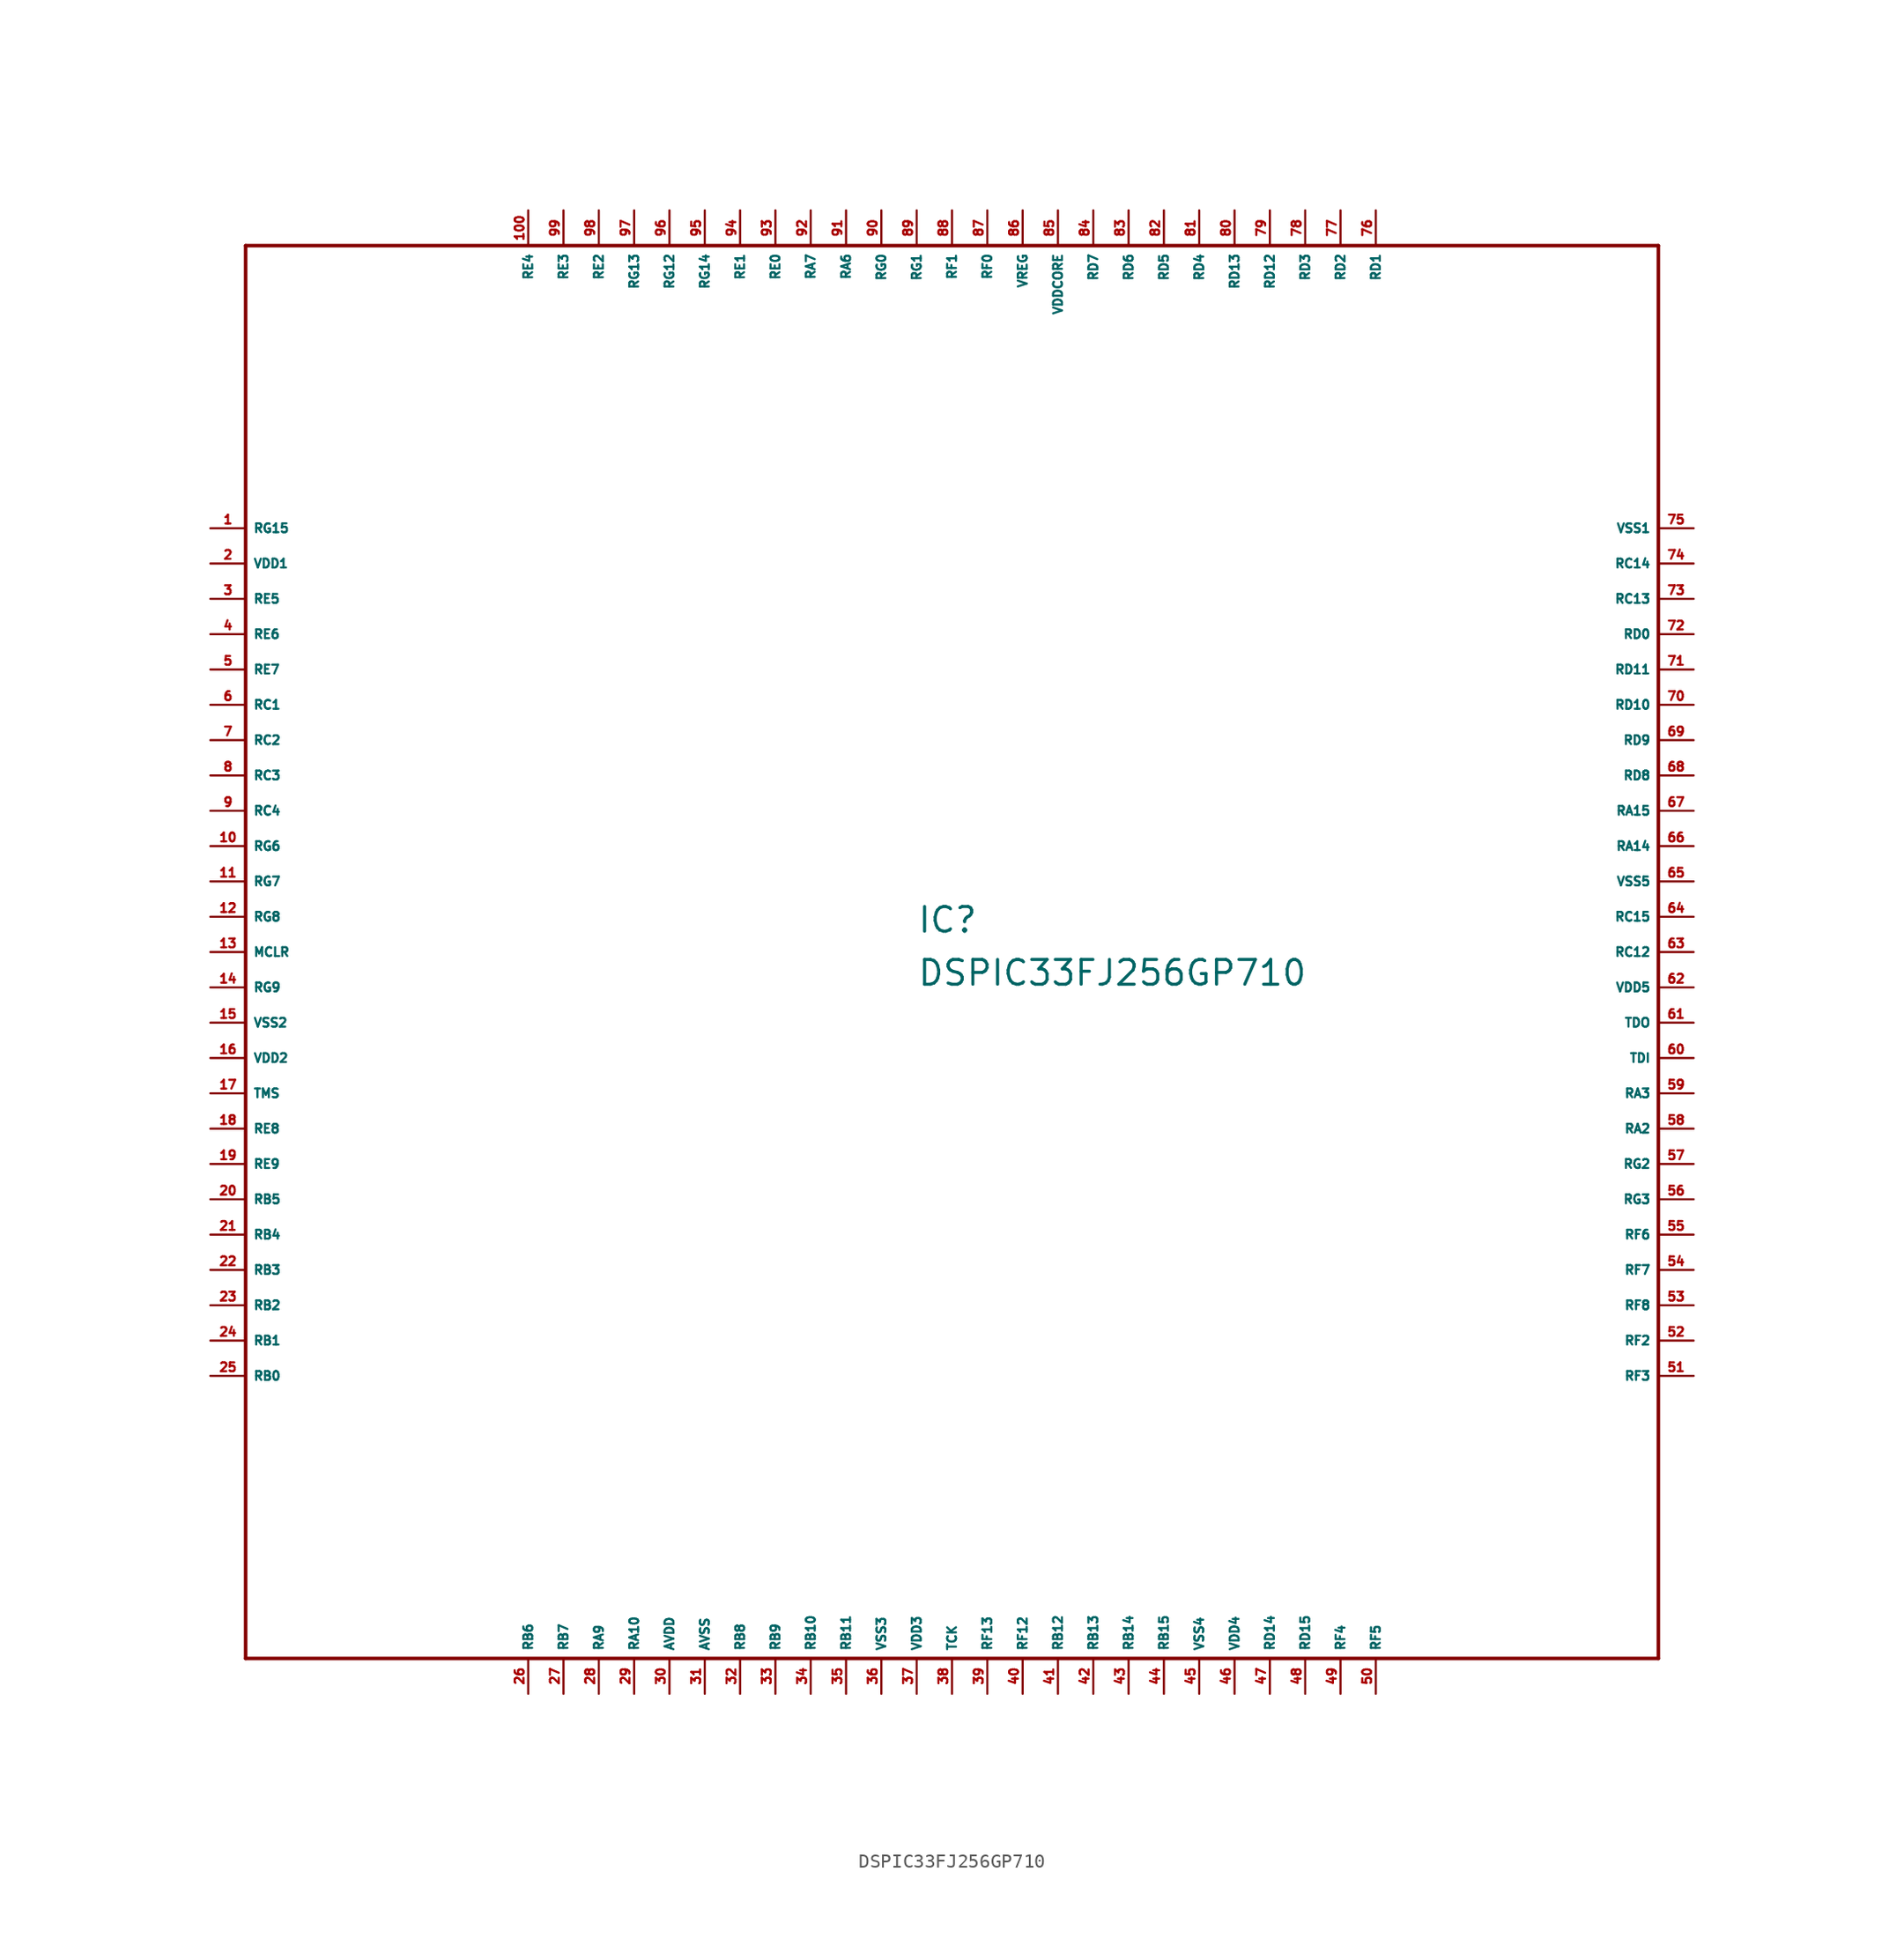
<source format=kicad_sym>
(kicad_symbol_lib
  (version 20220914)
  (generator Eagle2Kicad)
  (symbol "DSPIC33FJ256GP710"
    (property "Reference" "IC"
      (at -2.54 1.27 0)
      (effects (font (size 1.778 1.778) (thickness 0.22)) (justify left bottom)))
    (property "Value" "DSPIC33FJ256GP710"
      (at -2.54 -2.54 0)
      (effects (font (size 1.778 1.778) (thickness 0.22)) (justify left bottom)))
    (polyline
      (pts (xy -50.8 -50.8) (xy 50.8 -50.8))
      (stroke (width 0.254) (type default))
      (fill (type none)))
    (polyline
      (pts (xy 50.8 -50.8) (xy 50.8 50.8))
      (stroke (width 0.254) (type default))
      (fill (type none)))
    (polyline
      (pts (xy 50.8 50.8) (xy -50.8 50.8))
      (stroke (width 0.254) (type default))
      (fill (type none)))
    (polyline
      (pts (xy -50.8 50.8) (xy -50.8 -50.8))
      (stroke (width 0.254) (type default))
      (fill (type none)))
    (pin bidirectional line
      (at -53.34 30.48 0)
      (length 2.54)
      (name "RG15" (effects (font (size 0.635 0.635) (thickness 0.08)) (justify left bottom)))
      (number "1" (effects (font (size 0.635 0.635) (thickness 0.08)) (justify left bottom))))
    (pin unspecified line
      (at -53.34 27.94 0)
      (length 2.54)
      (name "VDD1" (effects (font (size 0.635 0.635) (thickness 0.08)) (justify left bottom)))
      (number "2" (effects (font (size 0.635 0.635) (thickness 0.08)) (justify left bottom))))
    (pin bidirectional line
      (at -53.34 25.4 0)
      (length 2.54)
      (name "RE5" (effects (font (size 0.635 0.635) (thickness 0.08)) (justify left bottom)))
      (number "3" (effects (font (size 0.635 0.635) (thickness 0.08)) (justify left bottom))))
    (pin bidirectional line
      (at -53.34 22.86 0)
      (length 2.54)
      (name "RE6" (effects (font (size 0.635 0.635) (thickness 0.08)) (justify left bottom)))
      (number "4" (effects (font (size 0.635 0.635) (thickness 0.08)) (justify left bottom))))
    (pin bidirectional line
      (at -53.34 20.32 0)
      (length 2.54)
      (name "RE7" (effects (font (size 0.635 0.635) (thickness 0.08)) (justify left bottom)))
      (number "5" (effects (font (size 0.635 0.635) (thickness 0.08)) (justify left bottom))))
    (pin bidirectional line
      (at -53.34 17.78 0)
      (length 2.54)
      (name "RC1" (effects (font (size 0.635 0.635) (thickness 0.08)) (justify left bottom)))
      (number "6" (effects (font (size 0.635 0.635) (thickness 0.08)) (justify left bottom))))
    (pin bidirectional line
      (at -53.34 15.24 0)
      (length 2.54)
      (name "RC2" (effects (font (size 0.635 0.635) (thickness 0.08)) (justify left bottom)))
      (number "7" (effects (font (size 0.635 0.635) (thickness 0.08)) (justify left bottom))))
    (pin bidirectional line
      (at -53.34 12.7 0)
      (length 2.54)
      (name "RC3" (effects (font (size 0.635 0.635) (thickness 0.08)) (justify left bottom)))
      (number "8" (effects (font (size 0.635 0.635) (thickness 0.08)) (justify left bottom))))
    (pin bidirectional line
      (at -53.34 10.16 0)
      (length 2.54)
      (name "RC4" (effects (font (size 0.635 0.635) (thickness 0.08)) (justify left bottom)))
      (number "9" (effects (font (size 0.635 0.635) (thickness 0.08)) (justify left bottom))))
    (pin bidirectional line
      (at -53.34 7.62 0)
      (length 2.54)
      (name "RG6" (effects (font (size 0.635 0.635) (thickness 0.08)) (justify left bottom)))
      (number "10" (effects (font (size 0.635 0.635) (thickness 0.08)) (justify left bottom))))
    (pin bidirectional line
      (at -53.34 5.08 0)
      (length 2.54)
      (name "RG7" (effects (font (size 0.635 0.635) (thickness 0.08)) (justify left bottom)))
      (number "11" (effects (font (size 0.635 0.635) (thickness 0.08)) (justify left bottom))))
    (pin bidirectional line
      (at -53.34 2.54 0)
      (length 2.54)
      (name "RG8" (effects (font (size 0.635 0.635) (thickness 0.08)) (justify left bottom)))
      (number "12" (effects (font (size 0.635 0.635) (thickness 0.08)) (justify left bottom))))
    (pin bidirectional line
      (at -53.34 0 0)
      (length 2.54)
      (name "MCLR" (effects (font (size 0.635 0.635) (thickness 0.08)) (justify left bottom)))
      (number "13" (effects (font (size 0.635 0.635) (thickness 0.08)) (justify left bottom))))
    (pin bidirectional line
      (at -53.34 -2.54 0)
      (length 2.54)
      (name "RG9" (effects (font (size 0.635 0.635) (thickness 0.08)) (justify left bottom)))
      (number "14" (effects (font (size 0.635 0.635) (thickness 0.08)) (justify left bottom))))
    (pin unspecified line
      (at -53.34 -5.08 0)
      (length 2.54)
      (name "VSS2" (effects (font (size 0.635 0.635) (thickness 0.08)) (justify left bottom)))
      (number "15" (effects (font (size 0.635 0.635) (thickness 0.08)) (justify left bottom))))
    (pin unspecified line
      (at -53.34 -7.62 0)
      (length 2.54)
      (name "VDD2" (effects (font (size 0.635 0.635) (thickness 0.08)) (justify left bottom)))
      (number "16" (effects (font (size 0.635 0.635) (thickness 0.08)) (justify left bottom))))
    (pin input line
      (at -53.34 -10.16 0)
      (length 2.54)
      (name "TMS" (effects (font (size 0.635 0.635) (thickness 0.08)) (justify left bottom)))
      (number "17" (effects (font (size 0.635 0.635) (thickness 0.08)) (justify left bottom))))
    (pin bidirectional line
      (at -53.34 -12.7 0)
      (length 2.54)
      (name "RE8" (effects (font (size 0.635 0.635) (thickness 0.08)) (justify left bottom)))
      (number "18" (effects (font (size 0.635 0.635) (thickness 0.08)) (justify left bottom))))
    (pin bidirectional line
      (at -53.34 -15.24 0)
      (length 2.54)
      (name "RE9" (effects (font (size 0.635 0.635) (thickness 0.08)) (justify left bottom)))
      (number "19" (effects (font (size 0.635 0.635) (thickness 0.08)) (justify left bottom))))
    (pin bidirectional line
      (at -53.34 -17.78 0)
      (length 2.54)
      (name "RB5" (effects (font (size 0.635 0.635) (thickness 0.08)) (justify left bottom)))
      (number "20" (effects (font (size 0.635 0.635) (thickness 0.08)) (justify left bottom))))
    (pin bidirectional line
      (at -53.34 -20.32 0)
      (length 2.54)
      (name "RB4" (effects (font (size 0.635 0.635) (thickness 0.08)) (justify left bottom)))
      (number "21" (effects (font (size 0.635 0.635) (thickness 0.08)) (justify left bottom))))
    (pin bidirectional line
      (at -53.34 -22.86 0)
      (length 2.54)
      (name "RB3" (effects (font (size 0.635 0.635) (thickness 0.08)) (justify left bottom)))
      (number "22" (effects (font (size 0.635 0.635) (thickness 0.08)) (justify left bottom))))
    (pin bidirectional line
      (at -53.34 -25.4 0)
      (length 2.54)
      (name "RB2" (effects (font (size 0.635 0.635) (thickness 0.08)) (justify left bottom)))
      (number "23" (effects (font (size 0.635 0.635) (thickness 0.08)) (justify left bottom))))
    (pin bidirectional line
      (at -53.34 -27.94 0)
      (length 2.54)
      (name "RB1" (effects (font (size 0.635 0.635) (thickness 0.08)) (justify left bottom)))
      (number "24" (effects (font (size 0.635 0.635) (thickness 0.08)) (justify left bottom))))
    (pin bidirectional line
      (at -53.34 -30.48 0)
      (length 2.54)
      (name "RB0" (effects (font (size 0.635 0.635) (thickness 0.08)) (justify left bottom)))
      (number "25" (effects (font (size 0.635 0.635) (thickness 0.08)) (justify left bottom))))
    (pin bidirectional line
      (at -30.48 -53.34 90)
      (length 2.54)
      (name "RB6" (effects (font (size 0.635 0.635) (thickness 0.08)) (justify left bottom)))
      (number "26" (effects (font (size 0.635 0.635) (thickness 0.08)) (justify left bottom))))
    (pin bidirectional line
      (at -27.94 -53.34 90)
      (length 2.54)
      (name "RB7" (effects (font (size 0.635 0.635) (thickness 0.08)) (justify left bottom)))
      (number "27" (effects (font (size 0.635 0.635) (thickness 0.08)) (justify left bottom))))
    (pin bidirectional line
      (at -25.4 -53.34 90)
      (length 2.54)
      (name "RA9" (effects (font (size 0.635 0.635) (thickness 0.08)) (justify left bottom)))
      (number "28" (effects (font (size 0.635 0.635) (thickness 0.08)) (justify left bottom))))
    (pin bidirectional line
      (at -22.86 -53.34 90)
      (length 2.54)
      (name "RA10" (effects (font (size 0.635 0.635) (thickness 0.08)) (justify left bottom)))
      (number "29" (effects (font (size 0.635 0.635) (thickness 0.08)) (justify left bottom))))
    (pin unspecified line
      (at -20.32 -53.34 90)
      (length 2.54)
      (name "AVDD" (effects (font (size 0.635 0.635) (thickness 0.08)) (justify left bottom)))
      (number "30" (effects (font (size 0.635 0.635) (thickness 0.08)) (justify left bottom))))
    (pin unspecified line
      (at -17.78 -53.34 90)
      (length 2.54)
      (name "AVSS" (effects (font (size 0.635 0.635) (thickness 0.08)) (justify left bottom)))
      (number "31" (effects (font (size 0.635 0.635) (thickness 0.08)) (justify left bottom))))
    (pin bidirectional line
      (at -15.24 -53.34 90)
      (length 2.54)
      (name "RB8" (effects (font (size 0.635 0.635) (thickness 0.08)) (justify left bottom)))
      (number "32" (effects (font (size 0.635 0.635) (thickness 0.08)) (justify left bottom))))
    (pin bidirectional line
      (at -12.7 -53.34 90)
      (length 2.54)
      (name "RB9" (effects (font (size 0.635 0.635) (thickness 0.08)) (justify left bottom)))
      (number "33" (effects (font (size 0.635 0.635) (thickness 0.08)) (justify left bottom))))
    (pin bidirectional line
      (at -10.16 -53.34 90)
      (length 2.54)
      (name "RB10" (effects (font (size 0.635 0.635) (thickness 0.08)) (justify left bottom)))
      (number "34" (effects (font (size 0.635 0.635) (thickness 0.08)) (justify left bottom))))
    (pin bidirectional line
      (at -7.62 -53.34 90)
      (length 2.54)
      (name "RB11" (effects (font (size 0.635 0.635) (thickness 0.08)) (justify left bottom)))
      (number "35" (effects (font (size 0.635 0.635) (thickness 0.08)) (justify left bottom))))
    (pin unspecified line
      (at -5.08 -53.34 90)
      (length 2.54)
      (name "VSS3" (effects (font (size 0.635 0.635) (thickness 0.08)) (justify left bottom)))
      (number "36" (effects (font (size 0.635 0.635) (thickness 0.08)) (justify left bottom))))
    (pin unspecified line
      (at -2.54 -53.34 90)
      (length 2.54)
      (name "VDD3" (effects (font (size 0.635 0.635) (thickness 0.08)) (justify left bottom)))
      (number "37" (effects (font (size 0.635 0.635) (thickness 0.08)) (justify left bottom))))
    (pin input line
      (at 0 -53.34 90)
      (length 2.54)
      (name "TCK" (effects (font (size 0.635 0.635) (thickness 0.08)) (justify left bottom)))
      (number "38" (effects (font (size 0.635 0.635) (thickness 0.08)) (justify left bottom))))
    (pin bidirectional line
      (at 2.54 -53.34 90)
      (length 2.54)
      (name "RF13" (effects (font (size 0.635 0.635) (thickness 0.08)) (justify left bottom)))
      (number "39" (effects (font (size 0.635 0.635) (thickness 0.08)) (justify left bottom))))
    (pin bidirectional line
      (at 5.08 -53.34 90)
      (length 2.54)
      (name "RF12" (effects (font (size 0.635 0.635) (thickness 0.08)) (justify left bottom)))
      (number "40" (effects (font (size 0.635 0.635) (thickness 0.08)) (justify left bottom))))
    (pin bidirectional line
      (at 7.62 -53.34 90)
      (length 2.54)
      (name "RB12" (effects (font (size 0.635 0.635) (thickness 0.08)) (justify left bottom)))
      (number "41" (effects (font (size 0.635 0.635) (thickness 0.08)) (justify left bottom))))
    (pin bidirectional line
      (at 10.16 -53.34 90)
      (length 2.54)
      (name "RB13" (effects (font (size 0.635 0.635) (thickness 0.08)) (justify left bottom)))
      (number "42" (effects (font (size 0.635 0.635) (thickness 0.08)) (justify left bottom))))
    (pin bidirectional line
      (at 12.7 -53.34 90)
      (length 2.54)
      (name "RB14" (effects (font (size 0.635 0.635) (thickness 0.08)) (justify left bottom)))
      (number "43" (effects (font (size 0.635 0.635) (thickness 0.08)) (justify left bottom))))
    (pin bidirectional line
      (at 15.24 -53.34 90)
      (length 2.54)
      (name "RB15" (effects (font (size 0.635 0.635) (thickness 0.08)) (justify left bottom)))
      (number "44" (effects (font (size 0.635 0.635) (thickness 0.08)) (justify left bottom))))
    (pin unspecified line
      (at 17.78 -53.34 90)
      (length 2.54)
      (name "VSS4" (effects (font (size 0.635 0.635) (thickness 0.08)) (justify left bottom)))
      (number "45" (effects (font (size 0.635 0.635) (thickness 0.08)) (justify left bottom))))
    (pin unspecified line
      (at 20.32 -53.34 90)
      (length 2.54)
      (name "VDD4" (effects (font (size 0.635 0.635) (thickness 0.08)) (justify left bottom)))
      (number "46" (effects (font (size 0.635 0.635) (thickness 0.08)) (justify left bottom))))
    (pin bidirectional line
      (at 22.86 -53.34 90)
      (length 2.54)
      (name "RD14" (effects (font (size 0.635 0.635) (thickness 0.08)) (justify left bottom)))
      (number "47" (effects (font (size 0.635 0.635) (thickness 0.08)) (justify left bottom))))
    (pin bidirectional line
      (at 25.4 -53.34 90)
      (length 2.54)
      (name "RD15" (effects (font (size 0.635 0.635) (thickness 0.08)) (justify left bottom)))
      (number "48" (effects (font (size 0.635 0.635) (thickness 0.08)) (justify left bottom))))
    (pin bidirectional line
      (at 27.94 -53.34 90)
      (length 2.54)
      (name "RF4" (effects (font (size 0.635 0.635) (thickness 0.08)) (justify left bottom)))
      (number "49" (effects (font (size 0.635 0.635) (thickness 0.08)) (justify left bottom))))
    (pin bidirectional line
      (at 30.48 -53.34 90)
      (length 2.54)
      (name "RF5" (effects (font (size 0.635 0.635) (thickness 0.08)) (justify left bottom)))
      (number "50" (effects (font (size 0.635 0.635) (thickness 0.08)) (justify left bottom))))
    (pin bidirectional line
      (at 53.34 -30.48 180)
      (length 2.54)
      (name "RF3" (effects (font (size 0.635 0.635) (thickness 0.08)) (justify left bottom)))
      (number "51" (effects (font (size 0.635 0.635) (thickness 0.08)) (justify left bottom))))
    (pin bidirectional line
      (at 53.34 -27.94 180)
      (length 2.54)
      (name "RF2" (effects (font (size 0.635 0.635) (thickness 0.08)) (justify left bottom)))
      (number "52" (effects (font (size 0.635 0.635) (thickness 0.08)) (justify left bottom))))
    (pin bidirectional line
      (at 53.34 -25.4 180)
      (length 2.54)
      (name "RF8" (effects (font (size 0.635 0.635) (thickness 0.08)) (justify left bottom)))
      (number "53" (effects (font (size 0.635 0.635) (thickness 0.08)) (justify left bottom))))
    (pin bidirectional line
      (at 53.34 -22.86 180)
      (length 2.54)
      (name "RF7" (effects (font (size 0.635 0.635) (thickness 0.08)) (justify left bottom)))
      (number "54" (effects (font (size 0.635 0.635) (thickness 0.08)) (justify left bottom))))
    (pin bidirectional line
      (at 53.34 -20.32 180)
      (length 2.54)
      (name "RF6" (effects (font (size 0.635 0.635) (thickness 0.08)) (justify left bottom)))
      (number "55" (effects (font (size 0.635 0.635) (thickness 0.08)) (justify left bottom))))
    (pin bidirectional line
      (at 53.34 -17.78 180)
      (length 2.54)
      (name "RG3" (effects (font (size 0.635 0.635) (thickness 0.08)) (justify left bottom)))
      (number "56" (effects (font (size 0.635 0.635) (thickness 0.08)) (justify left bottom))))
    (pin bidirectional line
      (at 53.34 -15.24 180)
      (length 2.54)
      (name "RG2" (effects (font (size 0.635 0.635) (thickness 0.08)) (justify left bottom)))
      (number "57" (effects (font (size 0.635 0.635) (thickness 0.08)) (justify left bottom))))
    (pin bidirectional line
      (at 53.34 -12.7 180)
      (length 2.54)
      (name "RA2" (effects (font (size 0.635 0.635) (thickness 0.08)) (justify left bottom)))
      (number "58" (effects (font (size 0.635 0.635) (thickness 0.08)) (justify left bottom))))
    (pin bidirectional line
      (at 53.34 -10.16 180)
      (length 2.54)
      (name "RA3" (effects (font (size 0.635 0.635) (thickness 0.08)) (justify left bottom)))
      (number "59" (effects (font (size 0.635 0.635) (thickness 0.08)) (justify left bottom))))
    (pin input line
      (at 53.34 -7.62 180)
      (length 2.54)
      (name "TDI" (effects (font (size 0.635 0.635) (thickness 0.08)) (justify left bottom)))
      (number "60" (effects (font (size 0.635 0.635) (thickness 0.08)) (justify left bottom))))
    (pin output line
      (at 53.34 -5.08 180)
      (length 2.54)
      (name "TDO" (effects (font (size 0.635 0.635) (thickness 0.08)) (justify left bottom)))
      (number "61" (effects (font (size 0.635 0.635) (thickness 0.08)) (justify left bottom))))
    (pin unspecified line
      (at 53.34 -2.54 180)
      (length 2.54)
      (name "VDD5" (effects (font (size 0.635 0.635) (thickness 0.08)) (justify left bottom)))
      (number "62" (effects (font (size 0.635 0.635) (thickness 0.08)) (justify left bottom))))
    (pin bidirectional line
      (at 53.34 0 180)
      (length 2.54)
      (name "RC12" (effects (font (size 0.635 0.635) (thickness 0.08)) (justify left bottom)))
      (number "63" (effects (font (size 0.635 0.635) (thickness 0.08)) (justify left bottom))))
    (pin bidirectional line
      (at 53.34 2.54 180)
      (length 2.54)
      (name "RC15" (effects (font (size 0.635 0.635) (thickness 0.08)) (justify left bottom)))
      (number "64" (effects (font (size 0.635 0.635) (thickness 0.08)) (justify left bottom))))
    (pin unspecified line
      (at 53.34 5.08 180)
      (length 2.54)
      (name "VSS5" (effects (font (size 0.635 0.635) (thickness 0.08)) (justify left bottom)))
      (number "65" (effects (font (size 0.635 0.635) (thickness 0.08)) (justify left bottom))))
    (pin bidirectional line
      (at 53.34 7.62 180)
      (length 2.54)
      (name "RA14" (effects (font (size 0.635 0.635) (thickness 0.08)) (justify left bottom)))
      (number "66" (effects (font (size 0.635 0.635) (thickness 0.08)) (justify left bottom))))
    (pin bidirectional line
      (at 53.34 10.16 180)
      (length 2.54)
      (name "RA15" (effects (font (size 0.635 0.635) (thickness 0.08)) (justify left bottom)))
      (number "67" (effects (font (size 0.635 0.635) (thickness 0.08)) (justify left bottom))))
    (pin bidirectional line
      (at 53.34 12.7 180)
      (length 2.54)
      (name "RD8" (effects (font (size 0.635 0.635) (thickness 0.08)) (justify left bottom)))
      (number "68" (effects (font (size 0.635 0.635) (thickness 0.08)) (justify left bottom))))
    (pin bidirectional line
      (at 53.34 15.24 180)
      (length 2.54)
      (name "RD9" (effects (font (size 0.635 0.635) (thickness 0.08)) (justify left bottom)))
      (number "69" (effects (font (size 0.635 0.635) (thickness 0.08)) (justify left bottom))))
    (pin bidirectional line
      (at 53.34 17.78 180)
      (length 2.54)
      (name "RD10" (effects (font (size 0.635 0.635) (thickness 0.08)) (justify left bottom)))
      (number "70" (effects (font (size 0.635 0.635) (thickness 0.08)) (justify left bottom))))
    (pin bidirectional line
      (at 53.34 20.32 180)
      (length 2.54)
      (name "RD11" (effects (font (size 0.635 0.635) (thickness 0.08)) (justify left bottom)))
      (number "71" (effects (font (size 0.635 0.635) (thickness 0.08)) (justify left bottom))))
    (pin bidirectional line
      (at 53.34 22.86 180)
      (length 2.54)
      (name "RD0" (effects (font (size 0.635 0.635) (thickness 0.08)) (justify left bottom)))
      (number "72" (effects (font (size 0.635 0.635) (thickness 0.08)) (justify left bottom))))
    (pin bidirectional line
      (at 53.34 25.4 180)
      (length 2.54)
      (name "RC13" (effects (font (size 0.635 0.635) (thickness 0.08)) (justify left bottom)))
      (number "73" (effects (font (size 0.635 0.635) (thickness 0.08)) (justify left bottom))))
    (pin bidirectional line
      (at 53.34 27.94 180)
      (length 2.54)
      (name "RC14" (effects (font (size 0.635 0.635) (thickness 0.08)) (justify left bottom)))
      (number "74" (effects (font (size 0.635 0.635) (thickness 0.08)) (justify left bottom))))
    (pin unspecified line
      (at 53.34 30.48 180)
      (length 2.54)
      (name "VSS1" (effects (font (size 0.635 0.635) (thickness 0.08)) (justify left bottom)))
      (number "75" (effects (font (size 0.635 0.635) (thickness 0.08)) (justify left bottom))))
    (pin bidirectional line
      (at 30.48 53.34 270)
      (length 2.54)
      (name "RD1" (effects (font (size 0.635 0.635) (thickness 0.08)) (justify left bottom)))
      (number "76" (effects (font (size 0.635 0.635) (thickness 0.08)) (justify left bottom))))
    (pin bidirectional line
      (at 27.94 53.34 270)
      (length 2.54)
      (name "RD2" (effects (font (size 0.635 0.635) (thickness 0.08)) (justify left bottom)))
      (number "77" (effects (font (size 0.635 0.635) (thickness 0.08)) (justify left bottom))))
    (pin bidirectional line
      (at 25.4 53.34 270)
      (length 2.54)
      (name "RD3" (effects (font (size 0.635 0.635) (thickness 0.08)) (justify left bottom)))
      (number "78" (effects (font (size 0.635 0.635) (thickness 0.08)) (justify left bottom))))
    (pin bidirectional line
      (at 22.86 53.34 270)
      (length 2.54)
      (name "RD12" (effects (font (size 0.635 0.635) (thickness 0.08)) (justify left bottom)))
      (number "79" (effects (font (size 0.635 0.635) (thickness 0.08)) (justify left bottom))))
    (pin bidirectional line
      (at 20.32 53.34 270)
      (length 2.54)
      (name "RD13" (effects (font (size 0.635 0.635) (thickness 0.08)) (justify left bottom)))
      (number "80" (effects (font (size 0.635 0.635) (thickness 0.08)) (justify left bottom))))
    (pin bidirectional line
      (at 17.78 53.34 270)
      (length 2.54)
      (name "RD4" (effects (font (size 0.635 0.635) (thickness 0.08)) (justify left bottom)))
      (number "81" (effects (font (size 0.635 0.635) (thickness 0.08)) (justify left bottom))))
    (pin bidirectional line
      (at 15.24 53.34 270)
      (length 2.54)
      (name "RD5" (effects (font (size 0.635 0.635) (thickness 0.08)) (justify left bottom)))
      (number "82" (effects (font (size 0.635 0.635) (thickness 0.08)) (justify left bottom))))
    (pin bidirectional line
      (at 12.7 53.34 270)
      (length 2.54)
      (name "RD6" (effects (font (size 0.635 0.635) (thickness 0.08)) (justify left bottom)))
      (number "83" (effects (font (size 0.635 0.635) (thickness 0.08)) (justify left bottom))))
    (pin bidirectional line
      (at 10.16 53.34 270)
      (length 2.54)
      (name "RD7" (effects (font (size 0.635 0.635) (thickness 0.08)) (justify left bottom)))
      (number "84" (effects (font (size 0.635 0.635) (thickness 0.08)) (justify left bottom))))
    (pin unspecified line
      (at 7.62 53.34 270)
      (length 2.54)
      (name "VDDCORE" (effects (font (size 0.635 0.635) (thickness 0.08)) (justify left bottom)))
      (number "85" (effects (font (size 0.635 0.635) (thickness 0.08)) (justify left bottom))))
    (pin passive line
      (at 5.08 53.34 270)
      (length 2.54)
      (name "VREG" (effects (font (size 0.635 0.635) (thickness 0.08)) (justify left bottom)))
      (number "86" (effects (font (size 0.635 0.635) (thickness 0.08)) (justify left bottom))))
    (pin bidirectional line
      (at 2.54 53.34 270)
      (length 2.54)
      (name "RF0" (effects (font (size 0.635 0.635) (thickness 0.08)) (justify left bottom)))
      (number "87" (effects (font (size 0.635 0.635) (thickness 0.08)) (justify left bottom))))
    (pin bidirectional line
      (at 0 53.34 270)
      (length 2.54)
      (name "RF1" (effects (font (size 0.635 0.635) (thickness 0.08)) (justify left bottom)))
      (number "88" (effects (font (size 0.635 0.635) (thickness 0.08)) (justify left bottom))))
    (pin bidirectional line
      (at -2.54 53.34 270)
      (length 2.54)
      (name "RG1" (effects (font (size 0.635 0.635) (thickness 0.08)) (justify left bottom)))
      (number "89" (effects (font (size 0.635 0.635) (thickness 0.08)) (justify left bottom))))
    (pin bidirectional line
      (at -5.08 53.34 270)
      (length 2.54)
      (name "RG0" (effects (font (size 0.635 0.635) (thickness 0.08)) (justify left bottom)))
      (number "90" (effects (font (size 0.635 0.635) (thickness 0.08)) (justify left bottom))))
    (pin bidirectional line
      (at -7.62 53.34 270)
      (length 2.54)
      (name "RA6" (effects (font (size 0.635 0.635) (thickness 0.08)) (justify left bottom)))
      (number "91" (effects (font (size 0.635 0.635) (thickness 0.08)) (justify left bottom))))
    (pin bidirectional line
      (at -10.16 53.34 270)
      (length 2.54)
      (name "RA7" (effects (font (size 0.635 0.635) (thickness 0.08)) (justify left bottom)))
      (number "92" (effects (font (size 0.635 0.635) (thickness 0.08)) (justify left bottom))))
    (pin bidirectional line
      (at -12.7 53.34 270)
      (length 2.54)
      (name "RE0" (effects (font (size 0.635 0.635) (thickness 0.08)) (justify left bottom)))
      (number "93" (effects (font (size 0.635 0.635) (thickness 0.08)) (justify left bottom))))
    (pin bidirectional line
      (at -15.24 53.34 270)
      (length 2.54)
      (name "RE1" (effects (font (size 0.635 0.635) (thickness 0.08)) (justify left bottom)))
      (number "94" (effects (font (size 0.635 0.635) (thickness 0.08)) (justify left bottom))))
    (pin bidirectional line
      (at -17.78 53.34 270)
      (length 2.54)
      (name "RG14" (effects (font (size 0.635 0.635) (thickness 0.08)) (justify left bottom)))
      (number "95" (effects (font (size 0.635 0.635) (thickness 0.08)) (justify left bottom))))
    (pin bidirectional line
      (at -20.32 53.34 270)
      (length 2.54)
      (name "RG12" (effects (font (size 0.635 0.635) (thickness 0.08)) (justify left bottom)))
      (number "96" (effects (font (size 0.635 0.635) (thickness 0.08)) (justify left bottom))))
    (pin bidirectional line
      (at -22.86 53.34 270)
      (length 2.54)
      (name "RG13" (effects (font (size 0.635 0.635) (thickness 0.08)) (justify left bottom)))
      (number "97" (effects (font (size 0.635 0.635) (thickness 0.08)) (justify left bottom))))
    (pin bidirectional line
      (at -25.4 53.34 270)
      (length 2.54)
      (name "RE2" (effects (font (size 0.635 0.635) (thickness 0.08)) (justify left bottom)))
      (number "98" (effects (font (size 0.635 0.635) (thickness 0.08)) (justify left bottom))))
    (pin bidirectional line
      (at -27.94 53.34 270)
      (length 2.54)
      (name "RE3" (effects (font (size 0.635 0.635) (thickness 0.08)) (justify left bottom)))
      (number "99" (effects (font (size 0.635 0.635) (thickness 0.08)) (justify left bottom))))
    (pin bidirectional line
      (at -30.48 53.34 270)
      (length 2.54)
      (name "RE4" (effects (font (size 0.635 0.635) (thickness 0.08)) (justify left bottom)))
      (number "100" (effects (font (size 0.635 0.635) (thickness 0.08)) (justify left bottom))))))
</source>
